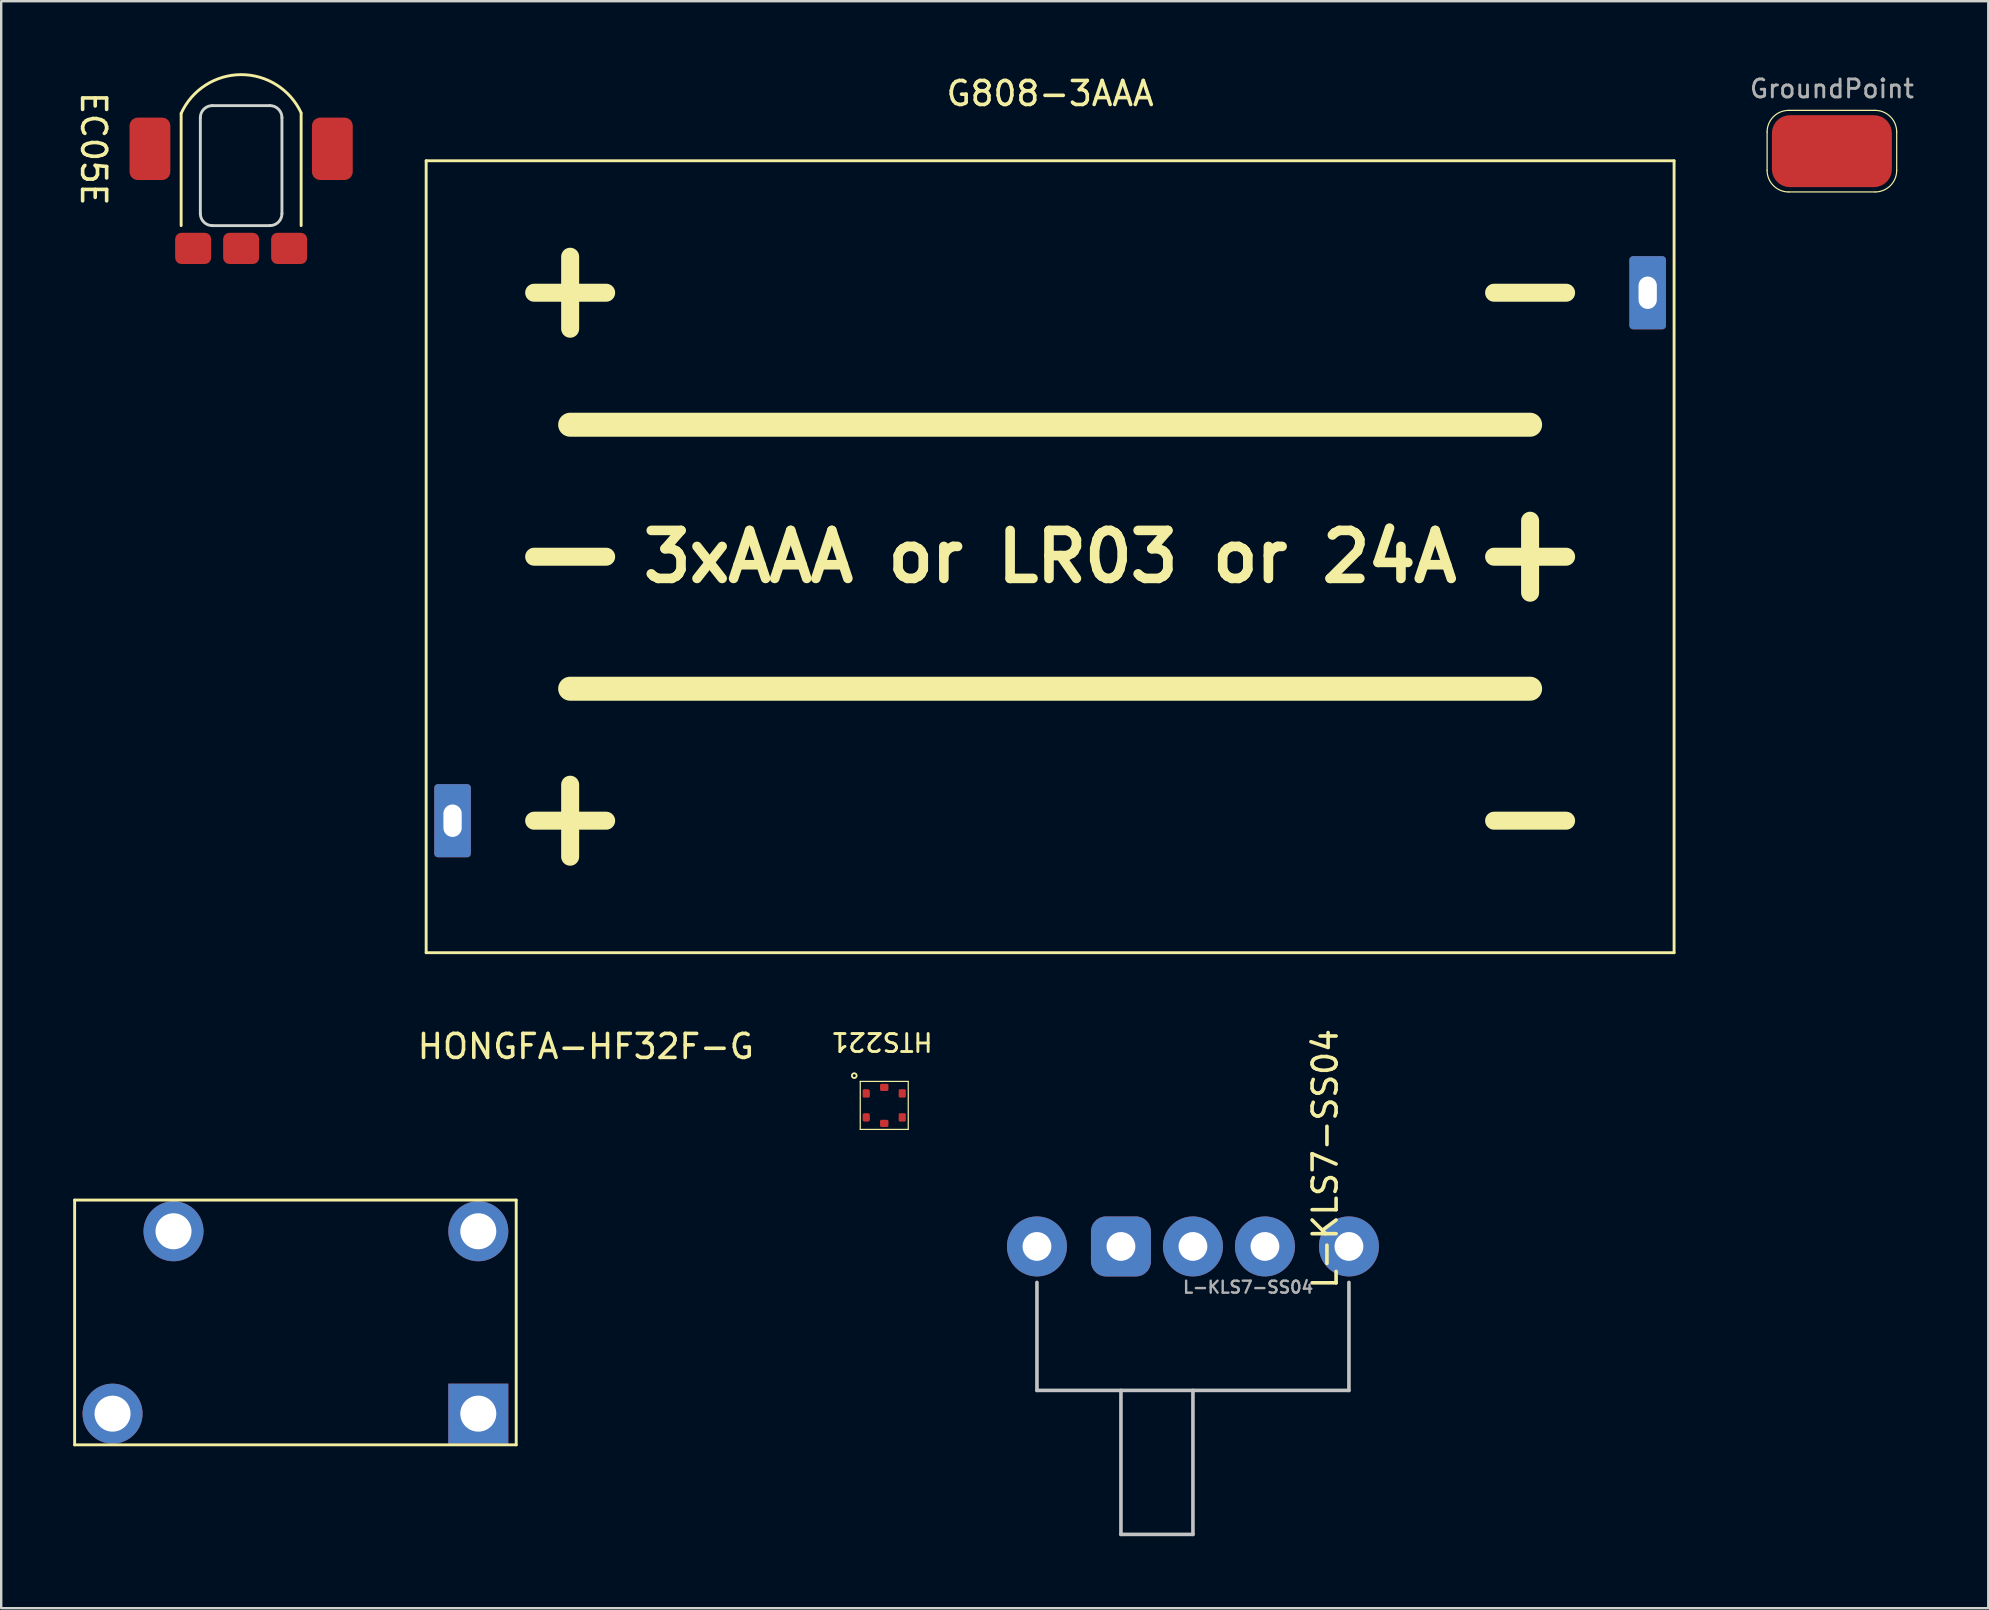
<source format=kicad_pcb>
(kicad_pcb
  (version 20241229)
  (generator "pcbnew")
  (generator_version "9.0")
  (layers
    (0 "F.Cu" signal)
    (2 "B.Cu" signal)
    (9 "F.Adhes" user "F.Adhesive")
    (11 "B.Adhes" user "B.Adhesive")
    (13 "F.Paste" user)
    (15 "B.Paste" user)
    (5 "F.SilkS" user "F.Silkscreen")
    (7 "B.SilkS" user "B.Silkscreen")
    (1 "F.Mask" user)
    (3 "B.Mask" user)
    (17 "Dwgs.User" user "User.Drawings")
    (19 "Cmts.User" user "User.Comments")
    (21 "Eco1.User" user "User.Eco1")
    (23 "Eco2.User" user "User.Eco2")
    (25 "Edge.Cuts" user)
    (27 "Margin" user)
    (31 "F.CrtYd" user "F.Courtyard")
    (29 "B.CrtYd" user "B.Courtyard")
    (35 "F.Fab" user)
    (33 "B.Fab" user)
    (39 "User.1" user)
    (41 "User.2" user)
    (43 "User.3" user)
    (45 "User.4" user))
  (footprint "EC05E"
    (layer "F.Cu")
    (at 6.998 3.151)
    (property "Reference" "EC05E" (at -6.15 0 270) (unlocked yes) (layer "F.SilkS") (effects (font (size 1 1) (thickness 0.15))))
    (fp_line (start -2.5 -1.475) (end -2.5 3.2) (stroke (width 0.12) (type solid)) (layer "F.SilkS"))
    (fp_line (start 2.5 3.2) (end 2.5 -1.475) (stroke (width 0.12) (type solid)) (layer "F.SilkS"))
    (fp_arc (start -2.5 -1.475) (mid -0.008017 -3.090956) (end 2.5 -1.5) (stroke (width 0.12) (type solid)) (layer "F.SilkS"))
    (fp_line (start -1.7 2.7) (end -1.7 -1.3) (stroke (width 0.12) (type solid)) (layer "Edge.Cuts"))
    (fp_line (start -1.2 -1.8) (end 1.2 -1.8) (stroke (width 0.12) (type solid)) (layer "Edge.Cuts"))
    (fp_line (start 1.2 3.2) (end -1.2 3.2) (stroke (width 0.12) (type solid)) (layer "Edge.Cuts"))
    (fp_line (start 1.7 -1.3) (end 1.7 2.7) (stroke (width 0.12) (type solid)) (layer "Edge.Cuts"))
    (fp_arc (start -1.700001 -1.300001) (mid -1.553554 -1.653554) (end -1.2 -1.8) (stroke (width 0.12) (type solid)) (layer "Edge.Cuts"))
    (fp_arc (start -1.200001 3.200001) (mid -1.553554 3.053554) (end -1.7 2.7) (stroke (width 0.12) (type solid)) (layer "Edge.Cuts"))
    (fp_arc (start 1.200001 -1.800001) (mid 1.553554 -1.653554) (end 1.7 -1.3) (stroke (width 0.12) (type solid)) (layer "Edge.Cuts"))
    (fp_arc (start 1.700001 2.700001) (mid 1.553554 3.053554) (end 1.2 3.2) (stroke (width 0.12) (type solid)) (layer "Edge.Cuts"))
    (pad "1" smd roundrect (at -2 4.15) (size 1.5 1.3) (layers "F.Cu" "F.Mask" "F.Paste") (roundrect_rratio 0.2))
    (pad "2" smd roundrect (at 0 4.15) (size 1.5 1.3) (layers "F.Cu" "F.Mask" "F.Paste") (roundrect_rratio 0.2))
    (pad "3" smd roundrect (at 2 4.15) (size 1.5 1.3) (layers "F.Cu" "F.Mask" "F.Paste") (roundrect_rratio 0.2))
    (pad "4" smd roundrect (at -3.8 0) (size 1.7 2.6) (layers "F.Cu" "F.Mask" "F.Paste") (roundrect_rratio 0.2))
    (pad "4" smd roundrect (at 3.8 0) (size 1.7 2.6) (layers "F.Cu" "F.Mask" "F.Paste") (roundrect_rratio 0.2)))
  (footprint "HTS221"
    (layer "F.Cu")
    (at 33.796 43.011)
    (property "Reference" "HTS221" (at -0.099 -2.654 180) (unlocked yes) (layer "F.SilkS") (effects (font (size 0.75 0.75) (thickness 0.12))))
    (fp_line (start -1 -1) (end 1 -1) (stroke (width 0.05) (type solid)) (layer "F.SilkS"))
    (fp_line (start -1 1) (end -1 -1) (stroke (width 0.05) (type solid)) (layer "F.SilkS"))
    (fp_line (start 1 -1) (end 1 1) (stroke (width 0.05) (type solid)) (layer "F.SilkS"))
    (fp_line (start 1 1) (end -1 1) (stroke (width 0.05) (type solid)) (layer "F.SilkS"))
    (fp_circle (center -1.25 -1.24) (end -1.15 -1.24) (stroke (width 0.075) (type solid)) (fill no) (layer "F.SilkS"))
    (pad "1" smd roundrect (at -0.75 -0.5) (size 0.3 0.35) (layers "F.Cu" "F.Mask" "F.Paste") (roundrect_rratio 0.2) (chamfer_ratio 0.2) (chamfer top_right))
    (pad "2" smd roundrect (at -0.75 0.5) (size 0.3 0.35) (layers "F.Cu" "F.Mask" "F.Paste") (roundrect_rratio 0.25))
    (pad "3" smd roundrect (at 0 0.75 90) (size 0.3 0.35) (layers "F.Cu" "F.Mask" "F.Paste") (roundrect_rratio 0.2))
    (pad "4" smd roundrect (at 0.75 0.5) (size 0.3 0.35) (layers "F.Cu" "F.Mask" "F.Paste") (roundrect_rratio 0.2))
    (pad "5" smd roundrect (at 0.75 -0.5) (size 0.3 0.35) (layers "F.Cu" "F.Mask" "F.Paste") (roundrect_rratio 0.2))
    (pad "6" smd roundrect (at 0 -0.75 90) (size 0.3 0.35) (layers "F.Cu" "F.Mask" "F.Paste") (roundrect_rratio 0.2)))
  (footprint "G808-3AAA"
    (layer "F.Cu")
    (at 40.708 20.148)
    (property "Reference" "G808-3AAA" (at 0 -19.3 0) (unlocked yes) (layer "F.SilkS") (effects (font (size 1 1) (thickness 0.15))))
    (fp_line (start -26 -16.5) (end -26 16.5) (stroke (width 0.12) (type solid)) (layer "F.SilkS"))
    (fp_line (start -26 16.5) (end 26 16.5) (stroke (width 0.12) (type solid)) (layer "F.SilkS"))
    (fp_line (start -21.5 -11) (end -18.5 -11) (stroke (width 0.75) (type solid)) (layer "F.SilkS"))
    (fp_line (start -21.5 0) (end -18.5 0) (stroke (width 0.75) (type solid)) (layer "F.SilkS"))
    (fp_line (start -21.5 11) (end -18.5 11) (stroke (width 0.75) (type solid)) (layer "F.SilkS"))
    (fp_line (start -20 -9.5) (end -20 -12.5) (stroke (width 0.75) (type solid)) (layer "F.SilkS"))
    (fp_line (start -20 -5.5) (end 20 -5.5) (stroke (width 1) (type solid)) (layer "F.SilkS"))
    (fp_line (start -20 12.5) (end -20 9.5) (stroke (width 0.75) (type solid)) (layer "F.SilkS"))
    (fp_line (start 18.5 -11) (end 21.5 -11) (stroke (width 0.75) (type solid)) (layer "F.SilkS"))
    (fp_line (start 18.5 0) (end 21.5 0) (stroke (width 0.75) (type solid)) (layer "F.SilkS"))
    (fp_line (start 18.5 11) (end 21.5 11) (stroke (width 0.75) (type solid)) (layer "F.SilkS"))
    (fp_line (start 20 1.5) (end 20 -1.5) (stroke (width 0.75) (type solid)) (layer "F.SilkS"))
    (fp_line (start 20 5.5) (end -20 5.5) (stroke (width 1) (type solid)) (layer "F.SilkS"))
    (fp_line (start 26 -16.5) (end -26 -16.5) (stroke (width 0.12) (type solid)) (layer "F.SilkS"))
    (fp_line (start 26 16.5) (end 26 -16.5) (stroke (width 0.12) (type solid)) (layer "F.SilkS"))
    (fp_text user "3xAAA or LR03 or 24A" (at 0 0 0) (unlocked yes) (layer "F.SilkS") (effects (font (size 2 2) (thickness 0.4))))
    (pad "1" thru_hole roundrect (at -24.9 11 90) (size 3.048 1.524) (drill oval 1.35 0.762) (layers "*.Cu" "*.Mask") (roundrect_rratio 0.1))
    (pad "2" thru_hole roundrect (at 24.9 -11 90) (size 3.048 1.524) (drill oval 1.35 0.762) (layers "*.Cu" "*.Mask") (roundrect_rratio 0.1)))
  (footprint "GroundPoint"
    (layer "F.Cu")
    (at 73.284 3.249)
    (property "Reference" "GroundPoint" (at 0 -2.6 0) (layer "F.Fab") (effects (font (size 0.75 0.75) (thickness 0.12))))
    (attr exclude_from_pos_files exclude_from_bom)
    (fp_line (start -2.7 0.8) (end -2.7 -0.8) (stroke (width 0.05) (type solid)) (layer "F.SilkS"))
    (fp_line (start -1.8 -1.7) (end 1.8 -1.7) (stroke (width 0.05) (type solid)) (layer "F.SilkS"))
    (fp_line (start -1.8 1.7) (end 1.8 1.7) (stroke (width 0.05) (type solid)) (layer "F.SilkS"))
    (fp_line (start 2.7 -0.8) (end 2.7 0.8) (stroke (width 0.05) (type solid)) (layer "F.SilkS"))
    (fp_arc (start -2.7 -0.8) (mid -2.436396 -1.436396) (end -1.8 -1.7) (stroke (width 0.05) (type solid)) (layer "F.SilkS"))
    (fp_arc (start -1.8 1.7) (mid -2.436396 1.436396) (end -2.7 0.8) (stroke (width 0.05) (type solid)) (layer "F.SilkS"))
    (fp_arc (start 1.8 -1.7) (mid 2.436396 -1.436396) (end 2.7 -0.8) (stroke (width 0.05) (type solid)) (layer "F.SilkS"))
    (fp_arc (start 2.7 0.8) (mid 2.436396 1.436396) (end 1.8 1.7) (stroke (width 0.05) (type solid)) (layer "F.SilkS"))
    (pad "1" smd roundrect (at 0 0) (size 5 3) (layers "F.Cu" "F.Mask") (roundrect_rratio 0.25)))
  (footprint "HONGFA-HF32F-G"
    (layer "F.Cu")
    (at 9.26 52.056)
    (property "Reference" "HONGFA-HF32F-G" (at 12.1 -11.5 180) (layer "F.SilkS") (effects (font (size 1 1) (thickness 0.15))))
    (attr through_hole)
    (fp_line (start -9.2 -5.1) (end 9.2 -5.1) (stroke (width 0.12) (type solid)) (layer "F.SilkS"))
    (fp_line (start -9.2 5.1) (end -9.2 -5.1) (stroke (width 0.12) (type solid)) (layer "F.SilkS"))
    (fp_line (start 9.2 -5.1) (end 9.2 5.1) (stroke (width 0.12) (type solid)) (layer "F.SilkS"))
    (fp_line (start 9.2 5.1) (end -9.2 5.1) (stroke (width 0.12) (type solid)) (layer "F.SilkS"))
    (pad "1" thru_hole rect (at 7.62 3.8 90) (size 2.5 2.5) (drill 1.5) (layers "*.Cu" "*.Mask"))
    (pad "2" thru_hole oval (at 7.62 -3.8 90) (size 2.5 2.5) (drill 1.5) (layers "*.Cu" "*.Mask"))
    (pad "3" thru_hole oval (at -5.08 -3.8 90) (size 2.5 2.5) (drill 1.5) (layers "*.Cu" "*.Mask"))
    (pad "4" thru_hole oval (at -7.62 3.8 90) (size 2.5 2.5) (drill 1.5) (layers "*.Cu" "*.Mask")))
  (footprint "L-KLS7-SS04"
    (layer "F.Cu")
    (at 46.659 48.888)
    (property "Reference" "L-KLS7-SS04" (at 5.51 -3.65 90) (layer "F.SilkS") (effects (font (size 1 1) (thickness 0.15))))
    (attr through_hole)
    (fp_line (start -6.5 1.5) (end -6.5 6) (stroke (width 0.15) (type solid)) (layer "Dwgs.User"))
    (fp_line (start -6.5 6) (end 6.5 6) (stroke (width 0.15) (type solid)) (layer "Dwgs.User"))
    (fp_line (start -3 6) (end -3 12) (stroke (width 0.15) (type solid)) (layer "Dwgs.User"))
    (fp_line (start -3 12) (end 0 12) (stroke (width 0.15) (type solid)) (layer "Dwgs.User"))
    (fp_line (start 0 6) (end 0 12) (stroke (width 0.15) (type solid)) (layer "Dwgs.User"))
    (fp_line (start 6.5 1.5) (end 6.5 6) (stroke (width 0.15) (type solid)) (layer "Dwgs.User"))
    (fp_text user "${REFERENCE}" (at 2.3 1.7 0) (layer "F.Fab") (effects (font (size 0.5 0.5) (thickness 0.1))))
    (pad "1" thru_hole roundrect (at -3 0) (size 2.5 2.5) (drill 1.2) (layers "*.Cu" "*.Mask") (roundrect_rratio 0.25))
    (pad "2" thru_hole oval (at 0 0) (size 2.5 2.5) (drill 1.2) (layers "*.Cu" "*.Mask"))
    (pad "3" thru_hole oval (at 3 0) (size 2.5 2.5) (drill 1.2) (layers "*.Cu" "*.Mask"))
    (pad "4" thru_hole oval (at -6.5 0) (size 2.5 2.5) (drill 1.2) (layers "*.Cu" "*.Mask"))
    (pad "4" thru_hole oval (at 6.5 0) (size 2.5 2.5) (drill 1.2) (layers "*.Cu" "*.Mask")))
  (gr_rect
    (start -3 -3)
    (end 79.8 63.963)
    (stroke (width 0.1) (type default))
    (fill no)
    (layer "Edge.Cuts")))
</source>
